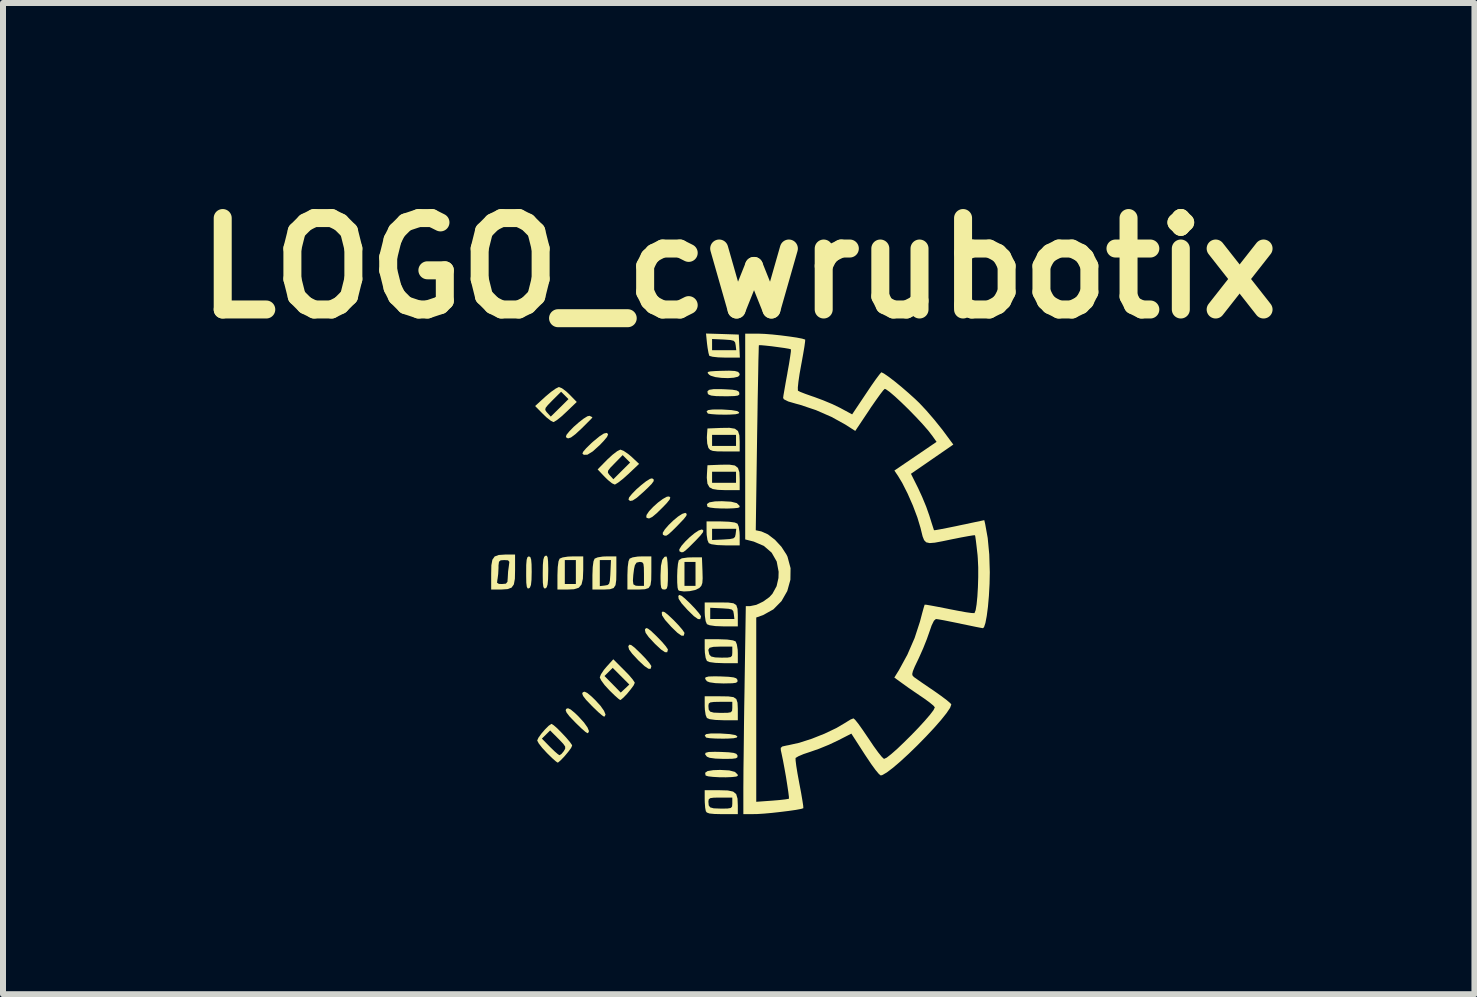
<source format=kicad_pcb>
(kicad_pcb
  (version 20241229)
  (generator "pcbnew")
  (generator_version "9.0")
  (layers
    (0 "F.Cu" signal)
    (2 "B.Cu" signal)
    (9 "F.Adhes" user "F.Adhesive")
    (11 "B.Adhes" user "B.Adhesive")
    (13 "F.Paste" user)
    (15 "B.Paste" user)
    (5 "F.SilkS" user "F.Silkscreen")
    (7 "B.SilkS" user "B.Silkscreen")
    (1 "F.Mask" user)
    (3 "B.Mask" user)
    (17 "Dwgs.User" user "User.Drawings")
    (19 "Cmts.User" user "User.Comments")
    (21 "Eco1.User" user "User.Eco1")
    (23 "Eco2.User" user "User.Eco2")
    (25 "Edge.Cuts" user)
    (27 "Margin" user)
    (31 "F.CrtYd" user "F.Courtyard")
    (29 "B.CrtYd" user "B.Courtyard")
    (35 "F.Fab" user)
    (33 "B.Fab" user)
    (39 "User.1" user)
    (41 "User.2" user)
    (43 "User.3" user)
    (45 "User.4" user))
  (footprint "LOGO_cwrubotix"
    (layer "F.Cu")
    (at 9.276 6.498)
    (property "Reference" "LOGO_cwrubotix" (at -0.015 -5.08 0) (layer "F.SilkS") (effects (font (size 1.524 1.524) (thickness 0.3))))
    (attr board_only exclude_from_pos_files exclude_from_bom)
    (fp_poly (pts (xy -2.207 -2.33) (xy -2.193 -2.307) (xy -2.211 -2.266) (xy -2.266 -2.2) (xy -2.33 -2.133) (xy -2.448 -2.026) (xy -2.537 -1.971) (xy -2.598 -1.969) (xy -2.621 -1.991) (xy -2.607 -2.022) (xy -2.556 -2.081) (xy -2.477 -2.158) (xy -2.444 -2.188) (xy -2.336 -2.277) (xy -2.263 -2.324) (xy -2.216 -2.334)) (stroke (width 0) (type solid)) (fill yes) (layer "F.SilkS"))
    (fp_poly (pts (xy -1.433 -1.559) (xy -1.433 -1.531) (xy -1.467 -1.484) (xy -1.539 -1.411) (xy -1.614 -1.341) (xy -1.714 -1.253) (xy -1.783 -1.208) (xy -1.827 -1.2) (xy -1.853 -1.223) (xy -1.843 -1.259) (xy -1.795 -1.318) (xy -1.724 -1.391) (xy -1.641 -1.464) (xy -1.561 -1.527) (xy -1.495 -1.568) (xy -1.46 -1.577)) (stroke (width 0) (type solid)) (fill yes) (layer "F.SilkS"))
    (fp_poly (pts (xy -1.247 0.655) (xy -1.187 0.704) (xy -1.1 0.786) (xy -1.017 0.873) (xy -0.954 0.947) (xy -0.922 0.994) (xy -0.92 1.002) (xy -0.933 1.046) (xy -0.971 1.044) (xy -1.04 0.995) (xy -1.14 0.898) (xy -1.146 0.891) (xy -1.243 0.783) (xy -1.293 0.707) (xy -1.299 0.659) (xy -1.282 0.642)) (stroke (width 0) (type solid)) (fill yes) (layer "F.SilkS"))
    (fp_poly (pts (xy -1.156 -1.257) (xy -1.167 -1.224) (xy -1.214 -1.165) (xy -1.275 -1.101) (xy -1.382 -0.996) (xy -1.458 -0.933) (xy -1.51 -0.908) (xy -1.546 -0.917) (xy -1.557 -0.929) (xy -1.552 -0.967) (xy -1.51 -1.029) (xy -1.441 -1.102) (xy -1.361 -1.174) (xy -1.28 -1.234) (xy -1.213 -1.271) (xy -1.176 -1.275)) (stroke (width 0) (type solid)) (fill yes) (layer "F.SilkS"))
    (fp_poly (pts (xy -0.971 0.379) (xy -0.911 0.427) (xy -0.824 0.51) (xy -0.741 0.597) (xy -0.678 0.671) (xy -0.646 0.718) (xy -0.644 0.726) (xy -0.657 0.77) (xy -0.695 0.768) (xy -0.764 0.719) (xy -0.864 0.621) (xy -0.87 0.615) (xy -0.967 0.507) (xy -1.017 0.431) (xy -1.023 0.383) (xy -1.006 0.366)) (stroke (width 0) (type solid)) (fill yes) (layer "F.SilkS"))
    (fp_poly (pts (xy -0.317 2.675) (xy -0.164 2.685) (xy -0.072 2.701) (xy -0.038 2.723) (xy -0.048 2.742) (xy -0.1 2.754) (xy -0.2 2.76) (xy -0.284 2.761) (xy -0.404 2.759) (xy -0.5 2.753) (xy -0.555 2.744) (xy -0.562 2.74) (xy -0.582 2.707) (xy -0.558 2.685) (xy -0.484 2.675) (xy -0.355 2.674)) (stroke (width 0) (type solid)) (fill yes) (layer "F.SilkS"))
    (fp_poly (pts (xy -0.286 -2.724) (xy -0.134 -2.714) (xy -0.041 -2.698) (xy -0.008 -2.677) (xy -0.018 -2.657) (xy -0.069 -2.645) (xy -0.169 -2.639) (xy -0.253 -2.638) (xy -0.374 -2.64) (xy -0.469 -2.647) (xy -0.525 -2.655) (xy -0.532 -2.659) (xy -0.552 -2.692) (xy -0.527 -2.714) (xy -0.453 -2.724) (xy -0.325 -2.725)) (stroke (width 0) (type solid)) (fill yes) (layer "F.SilkS"))
    (fp_poly (pts (xy -0.175 3.29) (xy -0.079 3.315) (xy -0.035 3.357) (xy -0.031 3.381) (xy -0.058 3.393) (xy -0.131 3.401) (xy -0.23 3.405) (xy -0.34 3.404) (xy -0.444 3.398) (xy -0.525 3.389) (xy -0.566 3.376) (xy -0.568 3.374) (xy -0.576 3.33) (xy -0.535 3.301) (xy -0.441 3.286) (xy -0.326 3.282)) (stroke (width 0) (type solid)) (fill yes) (layer "F.SilkS"))
    (fp_poly (pts (xy -0.144 -1.188) (xy -0.048 -1.164) (xy -0.004 -1.121) (xy 0 -1.098) (xy -0.028 -1.085) (xy -0.1 -1.078) (xy -0.199 -1.074) (xy -0.31 -1.075) (xy -0.414 -1.08) (xy -0.494 -1.09) (xy -0.536 -1.103) (xy -0.537 -1.104) (xy -0.546 -1.148) (xy -0.505 -1.177) (xy -0.411 -1.193) (xy -0.296 -1.196)) (stroke (width 0) (type solid)) (fill yes) (layer "F.SilkS"))
    (fp_poly (pts (xy -2.816 2.275) (xy -2.746 2.333) (xy -2.684 2.393) (xy -2.595 2.491) (xy -2.536 2.574) (xy -2.511 2.636) (xy -2.526 2.667) (xy -2.539 2.669) (xy -2.571 2.648) (xy -2.633 2.594) (xy -2.714 2.516) (xy -2.745 2.485) (xy -2.836 2.39) (xy -2.885 2.326) (xy -2.9 2.286) (xy -2.89 2.264) (xy -2.861 2.254)) (stroke (width 0) (type solid)) (fill yes) (layer "F.SilkS"))
    (fp_poly (pts (xy -2.54 1.999) (xy -2.47 2.057) (xy -2.408 2.117) (xy -2.319 2.214) (xy -2.26 2.298) (xy -2.235 2.36) (xy -2.25 2.391) (xy -2.263 2.393) (xy -2.294 2.372) (xy -2.357 2.318) (xy -2.438 2.24) (xy -2.469 2.209) (xy -2.56 2.114) (xy -2.609 2.05) (xy -2.624 2.01) (xy -2.614 1.988) (xy -2.585 1.978)) (stroke (width 0) (type solid)) (fill yes) (layer "F.SilkS"))
    (fp_poly (pts (xy -0.081 -3.366) (xy -0.026 -3.351) (xy -0.003 -3.323) (xy 0 -3.299) (xy -0.027 -3.271) (xy -0.098 -3.254) (xy -0.196 -3.247) (xy -0.304 -3.251) (xy -0.405 -3.264) (xy -0.482 -3.287) (xy -0.51 -3.305) (xy -0.533 -3.332) (xy -0.53 -3.349) (xy -0.491 -3.359) (xy -0.406 -3.365) (xy -0.323 -3.368) (xy -0.176 -3.371)) (stroke (width 0) (type solid)) (fill yes) (layer "F.SilkS"))
    (fp_poly (pts (xy -3.489 -0.265) (xy -3.475 -0.224) (xy -3.468 -0.143) (xy -3.466 -0.019) (xy -3.469 0.115) (xy -3.478 0.199) (xy -3.495 0.243) (xy -3.512 0.257) (xy -3.535 0.256) (xy -3.548 0.228) (xy -3.556 0.162) (xy -3.558 0.049) (xy -3.558 -0.001) (xy -3.557 -0.135) (xy -3.55 -0.219) (xy -3.537 -0.262) (xy -3.516 -0.276) (xy -3.512 -0.276)) (stroke (width 0) (type solid)) (fill yes) (layer "F.SilkS"))
    (fp_poly (pts (xy -3.214 -0.287) (xy -3.2 -0.259) (xy -3.193 -0.193) (xy -3.19 -0.078) (xy -3.19 -0.033) (xy -3.193 0.105) (xy -3.201 0.192) (xy -3.216 0.239) (xy -3.236 0.257) (xy -3.259 0.256) (xy -3.272 0.228) (xy -3.28 0.162) (xy -3.282 0.048) (xy -3.282 0.002) (xy -3.28 -0.135) (xy -3.272 -0.222) (xy -3.257 -0.27) (xy -3.236 -0.287)) (stroke (width 0) (type solid)) (fill yes) (layer "F.SilkS"))
    (fp_poly (pts (xy -2.461 -2.599) (xy -2.454 -2.592) (xy -2.474 -2.568) (xy -2.529 -2.513) (xy -2.606 -2.436) (xy -2.63 -2.412) (xy -2.737 -2.313) (xy -2.811 -2.258) (xy -2.861 -2.242) (xy -2.893 -2.261) (xy -2.896 -2.266) (xy -2.886 -2.302) (xy -2.838 -2.361) (xy -2.767 -2.434) (xy -2.684 -2.507) (xy -2.604 -2.57) (xy -2.538 -2.611) (xy -2.502 -2.619)) (stroke (width 0) (type solid)) (fill yes) (layer "F.SilkS"))
    (fp_poly (pts (xy -1.806 1.202) (xy -1.752 1.243) (xy -1.668 1.324) (xy -1.652 1.339) (xy -1.569 1.425) (xy -1.506 1.499) (xy -1.474 1.547) (xy -1.472 1.554) (xy -1.484 1.597) (xy -1.521 1.596) (xy -1.587 1.551) (xy -1.687 1.458) (xy -1.698 1.446) (xy -1.792 1.345) (xy -1.843 1.275) (xy -1.856 1.226) (xy -1.853 1.215) (xy -1.836 1.194)) (stroke (width 0) (type solid)) (fill yes) (layer "F.SilkS"))
    (fp_poly (pts (xy -1.529 0.926) (xy -1.476 0.967) (xy -1.391 1.048) (xy -1.376 1.063) (xy -1.293 1.149) (xy -1.23 1.223) (xy -1.198 1.271) (xy -1.196 1.278) (xy -1.208 1.321) (xy -1.245 1.32) (xy -1.311 1.275) (xy -1.411 1.182) (xy -1.422 1.17) (xy -1.516 1.069) (xy -1.567 0.998) (xy -1.579 0.95) (xy -1.577 0.939) (xy -1.56 0.918)) (stroke (width 0) (type solid)) (fill yes) (layer "F.SilkS"))
    (fp_poly (pts (xy -1.21 -0.248) (xy -1.202 -0.172) (xy -1.197 -0.062) (xy -1.196 0) (xy -1.197 0.131) (xy -1.202 0.213) (xy -1.213 0.256) (xy -1.234 0.273) (xy -1.258 0.276) (xy -1.289 0.271) (xy -1.307 0.247) (xy -1.316 0.191) (xy -1.319 0.092) (xy -1.319 0.037) (xy -1.312 -0.118) (xy -1.291 -0.218) (xy -1.254 -0.268) (xy -1.221 -0.276)) (stroke (width 0) (type solid)) (fill yes) (layer "F.SilkS"))
    (fp_poly (pts (xy -0.315 1.724) (xy -0.183 1.73) (xy -0.101 1.74) (xy -0.057 1.755) (xy -0.038 1.78) (xy -0.036 1.787) (xy -0.038 1.814) (xy -0.063 1.83) (xy -0.123 1.838) (xy -0.229 1.84) (xy -0.268 1.841) (xy -0.404 1.836) (xy -0.501 1.822) (xy -0.546 1.804) (xy -0.576 1.764) (xy -0.569 1.739) (xy -0.517 1.725) (xy -0.414 1.722)) (stroke (width 0) (type solid)) (fill yes) (layer "F.SilkS"))
    (fp_poly (pts (xy -0.315 2.982) (xy -0.183 2.988) (xy -0.101 2.998) (xy -0.057 3.013) (xy -0.038 3.037) (xy -0.036 3.045) (xy -0.038 3.072) (xy -0.063 3.088) (xy -0.123 3.096) (xy -0.229 3.098) (xy -0.268 3.098) (xy -0.404 3.093) (xy -0.501 3.08) (xy -0.546 3.061) (xy -0.576 3.022) (xy -0.569 2.997) (xy -0.517 2.983) (xy -0.414 2.98)) (stroke (width 0) (type solid)) (fill yes) (layer "F.SilkS"))
    (fp_poly (pts (xy -0.243 -3.061) (xy -0.123 -3.054) (xy -0.051 -3.042) (xy -0.016 -3.022) (xy -0.006 -2.999) (xy -0.007 -2.972) (xy -0.031 -2.956) (xy -0.088 -2.948) (xy -0.19 -2.945) (xy -0.255 -2.945) (xy -0.389 -2.947) (xy -0.472 -2.956) (xy -0.517 -2.972) (xy -0.533 -2.992) (xy -0.537 -3.029) (xy -0.508 -3.052) (xy -0.438 -3.063) (xy -0.319 -3.064)) (stroke (width 0) (type solid)) (fill yes) (layer "F.SilkS"))
    (fp_poly (pts (xy -0.902 -1) (xy -0.882 -0.983) (xy -0.889 -0.953) (xy -0.931 -0.899) (xy -1.011 -0.815) (xy -1.029 -0.796) (xy -1.121 -0.704) (xy -1.181 -0.649) (xy -1.219 -0.623) (xy -1.247 -0.621) (xy -1.275 -0.635) (xy -1.28 -0.638) (xy -1.282 -0.67) (xy -1.246 -0.728) (xy -1.184 -0.799) (xy -1.108 -0.873) (xy -1.029 -0.939) (xy -0.958 -0.985) (xy -0.908 -1.001)) (stroke (width 0) (type solid)) (fill yes) (layer "F.SilkS"))
    (fp_poly (pts (xy -0.626 -0.724) (xy -0.605 -0.707) (xy -0.613 -0.677) (xy -0.655 -0.623) (xy -0.735 -0.538) (xy -0.753 -0.52) (xy -0.845 -0.428) (xy -0.905 -0.373) (xy -0.943 -0.347) (xy -0.971 -0.345) (xy -0.999 -0.359) (xy -1.004 -0.362) (xy -1.006 -0.394) (xy -0.97 -0.452) (xy -0.908 -0.523) (xy -0.832 -0.597) (xy -0.752 -0.663) (xy -0.682 -0.709) (xy -0.632 -0.725)) (stroke (width 0) (type solid)) (fill yes) (layer "F.SilkS"))
    (fp_poly (pts (xy -2.607 -0.048) (xy -2.613 0.097) (xy -2.635 0.191) (xy -2.681 0.246) (xy -2.761 0.271) (xy -2.87 0.276) (xy -3.037 0.276) (xy -3.037 0.184) (xy -2.914 0.184) (xy -2.73 0.184) (xy -2.73 -0.215) (xy -2.914 -0.215) (xy -2.914 0.184) (xy -3.037 0.184) (xy -3.037 0.037) (xy -3.032 -0.098) (xy -3.019 -0.195) (xy -3 -0.239) (xy -2.951 -0.259) (xy -2.863 -0.273) (xy -2.785 -0.276) (xy -2.607 -0.276)) (stroke (width 0) (type solid)) (fill yes) (layer "F.SilkS"))
    (fp_poly (pts (xy -0.08 -1.791) (xy -0.029 -1.751) (xy -0.005 -1.679) (xy -0.000004 -1.566) (xy 0 -1.561) (xy 0 -1.38) (xy -0.228 -1.38) (xy -0.363 -1.385) (xy -0.45 -1.399) (xy -0.502 -1.427) (xy -0.505 -1.43) (xy -0.538 -1.489) (xy -0.539 -1.503) (xy -0.46 -1.503) (xy -0.061 -1.503) (xy -0.061 -1.687) (xy -0.46 -1.687) (xy -0.46 -1.503) (xy -0.539 -1.503) (xy -0.548 -1.586) (xy -0.546 -1.637) (xy -0.537 -1.795) (xy -0.312 -1.804) (xy -0.171 -1.805)) (stroke (width 0) (type solid)) (fill yes) (layer "F.SilkS"))
    (fp_poly (pts (xy -0.08 -2.404) (xy -0.028 -2.365) (xy -0.005 -2.294) (xy 0 -2.19) (xy 0 -2.025) (xy -0.244 -2.025) (xy -0.369 -2.026) (xy -0.447 -2.034) (xy -0.492 -2.051) (xy -0.518 -2.08) (xy -0.522 -2.087) (xy -0.53 -2.117) (xy -0.46 -2.117) (xy -0.061 -2.117) (xy -0.061 -2.301) (xy -0.46 -2.301) (xy -0.46 -2.117) (xy -0.53 -2.117) (xy -0.541 -2.157) (xy -0.547 -2.253) (xy -0.546 -2.279) (xy -0.537 -2.408) (xy -0.312 -2.417) (xy -0.171 -2.419)) (stroke (width 0) (type solid)) (fill yes) (layer "F.SilkS"))
    (fp_poly (pts (xy -0.288 -3.982) (xy -0.015 -3.973) (xy -0.006 -3.781) (xy 0.003 -3.589) (xy -0.242 -3.589) (xy -0.359 -3.593) (xy -0.451 -3.603) (xy -0.502 -3.617) (xy -0.507 -3.621) (xy -0.52 -3.667) (xy -0.535 -3.752) (xy -0.544 -3.821) (xy -0.552 -3.899) (xy -0.46 -3.899) (xy -0.46 -3.712) (xy -0.057 -3.712) (xy -0.067 -3.796) (xy -0.076 -3.842) (xy -0.1 -3.869) (xy -0.153 -3.882) (xy -0.25 -3.889) (xy -0.268 -3.89) (xy -0.46 -3.899) (xy -0.552 -3.899) (xy -0.561 -3.99)) (stroke (width 0) (type solid)) (fill yes) (layer "F.SilkS"))
    (fp_poly (pts (xy -2.055 -0.019) (xy -2.057 0.117) (xy -2.069 0.203) (xy -2.101 0.251) (xy -2.162 0.271) (xy -2.262 0.276) (xy -2.303 0.276) (xy -2.454 0.276) (xy -2.454 0.219) (xy -2.331 0.219) (xy -2.247 0.209) (xy -2.202 0.201) (xy -2.176 0.179) (xy -2.163 0.129) (xy -2.156 0.037) (xy -2.154 -0.008) (xy -2.145 -0.215) (xy -2.331 -0.215) (xy -2.331 0.219) (xy -2.454 0.219) (xy -2.454 0.037) (xy -2.449 -0.098) (xy -2.436 -0.195) (xy -2.417 -0.239) (xy -2.367 -0.26) (xy -2.28 -0.274) (xy -2.218 -0.276) (xy -2.055 -0.276)) (stroke (width 0) (type solid)) (fill yes) (layer "F.SilkS"))
    (fp_poly (pts (xy -0.189 0.493) (xy -0.103 0.505) (xy -0.056 0.536) (xy -0.036 0.597) (xy -0.031 0.697) (xy -0.031 0.739) (xy -0.031 0.89) (xy -0.27 0.89) (xy -0.405 0.885) (xy -0.501 0.871) (xy -0.546 0.853) (xy -0.567 0.803) (xy -0.58 0.715) (xy -0.583 0.653) (xy -0.583 0.58) (xy -0.491 0.58) (xy -0.491 0.767) (xy -0.088 0.767) (xy -0.098 0.683) (xy -0.107 0.636) (xy -0.13 0.61) (xy -0.183 0.597) (xy -0.281 0.59) (xy -0.299 0.589) (xy -0.491 0.58) (xy -0.583 0.58) (xy -0.583 0.491) (xy -0.325 0.491)) (stroke (width 0) (type solid)) (fill yes) (layer "F.SilkS"))
    (fp_poly (pts (xy -0.178 -0.854) (xy -0.082 -0.841) (xy -0.037 -0.822) (xy -0.016 -0.772) (xy -0.003 -0.684) (xy 0 -0.623) (xy 0 -0.46) (xy -0.239 -0.46) (xy -0.374 -0.465) (xy -0.471 -0.479) (xy -0.515 -0.497) (xy -0.536 -0.547) (xy -0.537 -0.549) (xy -0.46 -0.549) (xy -0.268 -0.558) (xy -0.164 -0.565) (xy -0.105 -0.577) (xy -0.078 -0.601) (xy -0.068 -0.644) (xy -0.067 -0.652) (xy -0.057 -0.736) (xy -0.46 -0.736) (xy -0.46 -0.549) (xy -0.537 -0.549) (xy -0.55 -0.635) (xy -0.552 -0.696) (xy -0.552 -0.859) (xy -0.313 -0.859)) (stroke (width 0) (type solid)) (fill yes) (layer "F.SilkS"))
    (fp_poly (pts (xy -0.62 -0.031) (xy -0.617 0.09) (xy -0.622 0.166) (xy -0.639 0.214) (xy -0.671 0.249) (xy -0.677 0.253) (xy -0.742 0.284) (xy -0.834 0.303) (xy -0.929 0.308) (xy -1.002 0.298) (xy -1.023 0.286) (xy -1.035 0.244) (xy -1.037 0.215) (xy -0.92 0.215) (xy -0.736 0.215) (xy -0.736 -0.184) (xy -0.92 -0.184) (xy -0.92 0.215) (xy -1.037 0.215) (xy -1.041 0.16) (xy -1.042 0.053) (xy -1.038 -0.057) (xy -1.029 -0.151) (xy -1.016 -0.209) (xy -1.013 -0.214) (xy -0.965 -0.244) (xy -0.866 -0.258) (xy -0.807 -0.26) (xy -0.629 -0.261)) (stroke (width 0) (type solid)) (fill yes) (layer "F.SilkS"))
    (fp_poly (pts (xy -1.934 -2.035) (xy -1.859 -1.984) (xy -1.803 -1.937) (xy -1.676 -1.818) (xy -1.858 -1.646) (xy -1.948 -1.566) (xy -2.025 -1.506) (xy -2.076 -1.475) (xy -2.083 -1.474) (xy -2.127 -1.494) (xy -2.193 -1.547) (xy -2.247 -1.599) (xy -2.315 -1.671) (xy -2.196 -1.671) (xy -2.173 -1.637) (xy -2.162 -1.625) (xy -2.105 -1.562) (xy -1.966 -1.701) (xy -1.826 -1.84) (xy -1.95 -1.964) (xy -2.085 -1.826) (xy -2.158 -1.751) (xy -2.193 -1.704) (xy -2.196 -1.671) (xy -2.315 -1.671) (xy -2.367 -1.726) (xy -2.205 -1.891) (xy -2.119 -1.97) (xy -2.042 -2.029) (xy -1.99 -2.055) (xy -1.986 -2.055)) (stroke (width 0) (type solid)) (fill yes) (layer "F.SilkS"))
    (fp_poly (pts (xy -2.961 -3.078) (xy -2.889 -3.024) (xy -2.836 -2.974) (xy -2.715 -2.85) (xy -2.889 -2.683) (xy -2.976 -2.603) (xy -3.051 -2.544) (xy -3.099 -2.516) (xy -3.105 -2.515) (xy -3.147 -2.536) (xy -3.215 -2.589) (xy -3.278 -2.649) (xy -3.345 -2.717) (xy -3.24 -2.717) (xy -3.22 -2.685) (xy -3.206 -2.669) (xy -3.148 -2.606) (xy -3 -2.751) (xy -2.853 -2.897) (xy -2.914 -2.959) (xy -2.976 -3.02) (xy -3.12 -2.877) (xy -3.196 -2.799) (xy -3.234 -2.751) (xy -3.24 -2.717) (xy -3.345 -2.717) (xy -3.409 -2.782) (xy -3.236 -2.94) (xy -3.146 -3.016) (xy -3.067 -3.072) (xy -3.015 -3.098) (xy -3.01 -3.098)) (stroke (width 0) (type solid)) (fill yes) (layer "F.SilkS"))
    (fp_poly (pts (xy -1.928 1.616) (xy -1.844 1.702) (xy -1.782 1.776) (xy -1.75 1.824) (xy -1.749 1.832) (xy -1.767 1.873) (xy -1.815 1.938) (xy -1.875 2.012) (xy -1.935 2.075) (xy -1.98 2.113) (xy -1.991 2.117) (xy -2.021 2.096) (xy -2.081 2.043) (xy -2.159 1.967) (xy -2.171 1.955) (xy -2.25 1.869) (xy -2.306 1.793) (xy -2.331 1.743) (xy -2.331 1.74) (xy -2.323 1.717) (xy -2.253 1.717) (xy -2.117 1.855) (xy -1.982 1.993) (xy -1.91 1.926) (xy -1.839 1.859) (xy -2.116 1.581) (xy -2.253 1.717) (xy -2.323 1.717) (xy -2.312 1.689) (xy -2.262 1.614) (xy -2.219 1.563) (xy -2.106 1.438)) (stroke (width 0) (type solid)) (fill yes) (layer "F.SilkS"))
    (fp_poly (pts (xy -0.209 1.109) (xy -0.112 1.123) (xy -0.067 1.141) (xy -0.047 1.191) (xy -0.033 1.279) (xy -0.031 1.341) (xy -0.031 1.503) (xy -0.27 1.503) (xy -0.405 1.498) (xy -0.501 1.485) (xy -0.546 1.466) (xy -0.567 1.416) (xy -0.58 1.329) (xy -0.582 1.282) (xy -0.523 1.282) (xy -0.51 1.342) (xy -0.503 1.363) (xy -0.474 1.392) (xy -0.409 1.407) (xy -0.303 1.411) (xy -0.203 1.41) (xy -0.149 1.401) (xy -0.127 1.377) (xy -0.123 1.331) (xy -0.123 1.319) (xy -0.123 1.227) (xy -0.322 1.227) (xy -0.438 1.231) (xy -0.502 1.247) (xy -0.523 1.282) (xy -0.582 1.282) (xy -0.583 1.267) (xy -0.583 1.104) (xy -0.344 1.104)) (stroke (width 0) (type solid)) (fill yes) (layer "F.SilkS"))
    (fp_poly (pts (xy -1.472 -0.019) (xy -1.474 0.117) (xy -1.486 0.203) (xy -1.518 0.251) (xy -1.579 0.271) (xy -1.679 0.276) (xy -1.72 0.276) (xy -1.871 0.276) (xy -1.871 0.13) (xy -1.779 0.13) (xy -1.771 0.19) (xy -1.732 0.212) (xy -1.687 0.215) (xy -1.595 0.215) (xy -1.595 0.015) (xy -1.597 -0.092) (xy -1.604 -0.152) (xy -1.624 -0.178) (xy -1.659 -0.184) (xy -1.668 -0.184) (xy -1.718 -0.173) (xy -1.746 -0.13) (xy -1.76 -0.069) (xy -1.773 0.033) (xy -1.779 0.125) (xy -1.779 0.13) (xy -1.871 0.13) (xy -1.871 0.037) (xy -1.866 -0.098) (xy -1.853 -0.195) (xy -1.834 -0.239) (xy -1.784 -0.26) (xy -1.697 -0.274) (xy -1.635 -0.276) (xy -1.472 -0.276)) (stroke (width 0) (type solid)) (fill yes) (layer "F.SilkS"))
    (fp_poly (pts (xy -0.189 2.057) (xy -0.103 2.069) (xy -0.056 2.101) (xy -0.036 2.162) (xy -0.031 2.262) (xy -0.031 2.303) (xy -0.031 2.454) (xy -0.27 2.454) (xy -0.405 2.449) (xy -0.501 2.436) (xy -0.546 2.417) (xy -0.567 2.367) (xy -0.58 2.28) (xy -0.583 2.219) (xy -0.521 2.219) (xy -0.516 2.277) (xy -0.491 2.311) (xy -0.433 2.327) (xy -0.329 2.331) (xy -0.302 2.331) (xy -0.202 2.33) (xy -0.148 2.321) (xy -0.127 2.297) (xy -0.123 2.25) (xy -0.123 2.239) (xy -0.123 2.147) (xy -0.322 2.147) (xy -0.429 2.149) (xy -0.489 2.157) (xy -0.515 2.176) (xy -0.521 2.211) (xy -0.521 2.219) (xy -0.583 2.219) (xy -0.583 2.218) (xy -0.583 2.055) (xy -0.325 2.055)) (stroke (width 0) (type solid)) (fill yes) (layer "F.SilkS"))
    (fp_poly (pts (xy -3.743 -0.047) (xy -3.746 0.097) (xy -3.763 0.19) (xy -3.801 0.244) (xy -3.869 0.269) (xy -3.976 0.276) (xy -4.001 0.276) (xy -4.141 0.276) (xy -4.141 0.163) (xy -4.043 0.163) (xy -4.013 0.182) (xy -3.961 0.184) (xy -3.896 0.178) (xy -3.87 0.147) (xy -3.865 0.081) (xy -3.859 -0.026) (xy -3.846 -0.119) (xy -3.838 -0.185) (xy -3.86 -0.211) (xy -3.923 -0.215) (xy -3.983 -0.211) (xy -4.011 -0.187) (xy -4.019 -0.126) (xy -4.019 -0.084) (xy -4.024 0.016) (xy -4.035 0.101) (xy -4.038 0.115) (xy -4.043 0.163) (xy -4.141 0.163) (xy -4.141 0.016) (xy -4.138 -0.128) (xy -4.121 -0.221) (xy -4.083 -0.275) (xy -4.015 -0.3) (xy -3.907 -0.307) (xy -3.883 -0.307) (xy -3.743 -0.307)) (stroke (width 0) (type solid)) (fill yes) (layer "F.SilkS"))
    (fp_poly (pts (xy -0.199 3.624) (xy -0.109 3.643) (xy -0.058 3.685) (xy -0.036 3.76) (xy -0.031 3.877) (xy -0.031 3.879) (xy -0.031 4.019) (xy -0.288 4.019) (xy -0.42 4.016) (xy -0.503 4.008) (xy -0.547 3.992) (xy -0.564 3.97) (xy -0.575 3.912) (xy -0.582 3.819) (xy -0.582 3.814) (xy -0.521 3.814) (xy -0.516 3.873) (xy -0.491 3.906) (xy -0.433 3.922) (xy -0.329 3.926) (xy -0.302 3.927) (xy -0.202 3.925) (xy -0.148 3.916) (xy -0.127 3.892) (xy -0.123 3.845) (xy -0.123 3.835) (xy -0.123 3.743) (xy -0.322 3.743) (xy -0.429 3.744) (xy -0.489 3.752) (xy -0.515 3.771) (xy -0.521 3.806) (xy -0.521 3.814) (xy -0.582 3.814) (xy -0.583 3.771) (xy -0.583 3.62) (xy -0.339 3.62)) (stroke (width 0) (type solid)) (fill yes) (layer "F.SilkS"))
    (fp_poly (pts (xy -3.1 2.537) (xy -3.038 2.591) (xy -2.964 2.666) (xy -2.89 2.745) (xy -2.829 2.817) (xy -2.795 2.866) (xy -2.792 2.877) (xy -2.81 2.917) (xy -2.858 2.982) (xy -2.919 3.055) (xy -2.979 3.118) (xy -3.023 3.156) (xy -3.034 3.16) (xy -3.064 3.139) (xy -3.124 3.086) (xy -3.202 3.01) (xy -3.214 2.998) (xy -3.292 2.913) (xy -3.349 2.84) (xy -3.373 2.794) (xy -3.374 2.791) (xy -3.36 2.76) (xy -3.296 2.76) (xy -3.16 2.899) (xy -3.086 2.971) (xy -3.028 3.021) (xy -3.002 3.037) (xy -2.969 3.015) (xy -2.931 2.969) (xy -2.908 2.929) (xy -2.908 2.893) (xy -2.939 2.848) (xy -3.006 2.777) (xy -3.021 2.762) (xy -3.159 2.624) (xy -3.227 2.692) (xy -3.296 2.76) (xy -3.36 2.76) (xy -3.354 2.746) (xy -3.306 2.679) (xy -3.244 2.607) (xy -3.184 2.547) (xy -3.14 2.516) (xy -3.135 2.515)) (stroke (width 0) (type solid)) (fill yes) (layer "F.SilkS"))
    (fp_poly (pts (xy 0.314 -3.988) (xy 0.416 -3.984) (xy 0.544 -3.974) (xy 0.685 -3.959) (xy 0.825 -3.941) (xy 0.948 -3.923) (xy 1.041 -3.905) (xy 1.089 -3.89) (xy 1.092 -3.888) (xy 1.09 -3.856) (xy 1.079 -3.774) (xy 1.059 -3.655) (xy 1.033 -3.51) (xy 1.025 -3.468) (xy 0.998 -3.317) (xy 0.979 -3.188) (xy 0.969 -3.092) (xy 0.97 -3.041) (xy 0.972 -3.037) (xy 1.011 -3.017) (xy 1.093 -2.985) (xy 1.203 -2.946) (xy 1.242 -2.933) (xy 1.39 -2.878) (xy 1.546 -2.813) (xy 1.676 -2.75) (xy 1.681 -2.747) (xy 1.874 -2.643) (xy 2.108 -2.993) (xy 2.194 -3.121) (xy 2.269 -3.228) (xy 2.326 -3.304) (xy 2.358 -3.342) (xy 2.362 -3.344) (xy 2.403 -3.324) (xy 2.479 -3.272) (xy 2.58 -3.195) (xy 2.694 -3.102) (xy 2.811 -3.001) (xy 2.922 -2.901) (xy 2.994 -2.832) (xy 3.113 -2.705) (xy 3.242 -2.555) (xy 3.358 -2.411) (xy 3.381 -2.382) (xy 3.56 -2.14) (xy 3.207 -1.896) (xy 2.854 -1.653) (xy 2.972 -1.417) (xy 3.04 -1.269) (xy 3.108 -1.105) (xy 3.16 -0.957) (xy 3.162 -0.951) (xy 3.196 -0.842) (xy 3.223 -0.758) (xy 3.237 -0.715) (xy 3.239 -0.712) (xy 3.268 -0.715) (xy 3.347 -0.729) (xy 3.465 -0.752) (xy 3.609 -0.781) (xy 3.659 -0.792) (xy 4.076 -0.88) (xy 4.091 -0.816) (xy 4.133 -0.583) (xy 4.159 -0.309) (xy 4.168 -0.012) (xy 4.164 0.181) (xy 4.153 0.382) (xy 4.137 0.564) (xy 4.117 0.717) (xy 4.095 0.833) (xy 4.072 0.903) (xy 4.054 0.92) (xy 4.018 0.914) (xy 3.934 0.898) (xy 3.815 0.873) (xy 3.674 0.844) (xy 3.673 0.843) (xy 3.529 0.814) (xy 3.405 0.789) (xy 3.314 0.773) (xy 3.27 0.767) (xy 3.237 0.796) (xy 3.198 0.876) (xy 3.164 0.974) (xy 3.119 1.102) (xy 3.058 1.255) (xy 2.991 1.406) (xy 2.976 1.438) (xy 2.918 1.559) (xy 2.886 1.637) (xy 2.875 1.685) (xy 2.883 1.714) (xy 2.906 1.736) (xy 2.953 1.769) (xy 3.037 1.828) (xy 3.147 1.903) (xy 3.244 1.969) (xy 3.357 2.049) (xy 3.449 2.118) (xy 3.509 2.169) (xy 3.527 2.191) (xy 3.506 2.248) (xy 3.445 2.338) (xy 3.353 2.453) (xy 3.237 2.585) (xy 3.104 2.727) (xy 2.962 2.872) (xy 2.819 3.011) (xy 2.681 3.138) (xy 2.556 3.245) (xy 2.452 3.324) (xy 2.376 3.368) (xy 2.35 3.374) (xy 2.32 3.35) (xy 2.264 3.283) (xy 2.191 3.183) (xy 2.108 3.059) (xy 2.086 3.026) (xy 1.861 2.677) (xy 1.634 2.793) (xy 1.487 2.862) (xy 1.321 2.93) (xy 1.175 2.981) (xy 1.064 3.018) (xy 0.979 3.054) (xy 0.934 3.081) (xy 0.931 3.085) (xy 0.932 3.126) (xy 0.943 3.215) (xy 0.963 3.339) (xy 0.99 3.486) (xy 0.995 3.513) (xy 1.023 3.66) (xy 1.044 3.784) (xy 1.058 3.874) (xy 1.061 3.918) (xy 1.06 3.92) (xy 1.022 3.932) (xy 0.936 3.948) (xy 0.818 3.965) (xy 0.681 3.982) (xy 0.538 3.998) (xy 0.405 4.01) (xy 0.294 4.017) (xy 0.253 4.018) (xy 0.061 4.019) (xy 0.061 3.579) (xy 0.062 3.45) (xy 0.063 3.269) (xy 0.066 3.046) (xy 0.069 2.79) (xy 0.072 2.511) (xy 0.076 2.218) (xy 0.081 1.921) (xy 0.082 1.846) (xy 0.102 0.552) (xy 0.175 0.552) (xy 0.277 0.531) (xy 0.392 0.476) (xy 0.495 0.402) (xy 0.546 0.346) (xy 0.615 0.22) (xy 0.646 0.084) (xy 0.649 -0.02) (xy 0.617 -0.191) (xy 0.533 -0.338) (xy 0.403 -0.451) (xy 0.235 -0.523) (xy 0.227 -0.525) (xy 0.092 -0.559) (xy 0.092 -0.712) (xy 0.268 -0.712) (xy 0.362 -0.692) (xy 0.471 -0.643) (xy 0.588 -0.553) (xy 0.696 -0.436) (xy 0.78 -0.306) (xy 0.797 -0.271) (xy 0.848 -0.08) (xy 0.845 0.114) (xy 0.793 0.301) (xy 0.697 0.469) (xy 0.562 0.606) (xy 0.392 0.701) (xy 0.373 0.708) (xy 0.276 0.742) (xy 0.276 3.813) (xy 0.541 3.794) (xy 0.662 3.784) (xy 0.758 3.773) (xy 0.813 3.764) (xy 0.821 3.76) (xy 0.82 3.727) (xy 0.81 3.647) (xy 0.793 3.534) (xy 0.772 3.4) (xy 0.747 3.259) (xy 0.722 3.125) (xy 0.698 3.01) (xy 0.686 2.956) (xy 0.684 2.915) (xy 0.711 2.891) (xy 0.783 2.875) (xy 0.811 2.87) (xy 0.992 2.83) (xy 1.2 2.763) (xy 1.414 2.678) (xy 1.613 2.583) (xy 1.774 2.488) (xy 1.784 2.481) (xy 1.85 2.441) (xy 1.896 2.423) (xy 1.897 2.423) (xy 1.925 2.448) (xy 1.978 2.514) (xy 2.049 2.614) (xy 2.132 2.736) (xy 2.149 2.761) (xy 2.233 2.886) (xy 2.309 2.991) (xy 2.368 3.064) (xy 2.403 3.097) (xy 2.406 3.098) (xy 2.451 3.077) (xy 2.527 3.017) (xy 2.626 2.93) (xy 2.74 2.821) (xy 2.86 2.702) (xy 2.978 2.58) (xy 3.084 2.464) (xy 3.171 2.363) (xy 3.23 2.285) (xy 3.252 2.239) (xy 3.252 2.239) (xy 3.228 2.21) (xy 3.165 2.158) (xy 3.076 2.093) (xy 3.06 2.082) (xy 2.939 2) (xy 2.814 1.914) (xy 2.722 1.848) (xy 2.577 1.743) (xy 2.656 1.615) (xy 2.794 1.362) (xy 2.915 1.084) (xy 3.004 0.811) (xy 3.008 0.796) (xy 3.039 0.678) (xy 3.064 0.587) (xy 3.08 0.535) (xy 3.083 0.528) (xy 3.114 0.53) (xy 3.194 0.544) (xy 3.312 0.566) (xy 3.455 0.594) (xy 3.493 0.602) (xy 3.643 0.631) (xy 3.77 0.654) (xy 3.862 0.667) (xy 3.91 0.669) (xy 3.913 0.668) (xy 3.932 0.62) (xy 3.948 0.523) (xy 3.961 0.39) (xy 3.97 0.235) (xy 3.975 0.069) (xy 3.975 -0.094) (xy 3.968 -0.242) (xy 3.964 -0.298) (xy 3.949 -0.431) (xy 3.936 -0.539) (xy 3.926 -0.609) (xy 3.921 -0.629) (xy 3.889 -0.627) (xy 3.809 -0.614) (xy 3.694 -0.593) (xy 3.558 -0.566) (xy 3.38 -0.529) (xy 3.252 -0.505) (xy 3.165 -0.498) (xy 3.108 -0.511) (xy 3.073 -0.547) (xy 3.048 -0.61) (xy 3.025 -0.703) (xy 3.014 -0.749) (xy 2.961 -0.925) (xy 2.886 -1.124) (xy 2.798 -1.324) (xy 2.708 -1.502) (xy 2.641 -1.613) (xy 2.578 -1.707) (xy 2.93 -1.946) (xy 3.281 -2.185) (xy 3.213 -2.281) (xy 3.142 -2.373) (xy 3.046 -2.483) (xy 2.934 -2.603) (xy 2.814 -2.726) (xy 2.696 -2.841) (xy 2.588 -2.941) (xy 2.499 -3.017) (xy 2.437 -3.061) (xy 2.417 -3.068) (xy 2.392 -3.043) (xy 2.341 -2.977) (xy 2.27 -2.878) (xy 2.185 -2.756) (xy 2.16 -2.717) (xy 1.926 -2.367) (xy 1.759 -2.474) (xy 1.531 -2.6) (xy 1.27 -2.714) (xy 1.004 -2.803) (xy 0.94 -2.82) (xy 0.809 -2.858) (xy 0.737 -2.894) (xy 0.724 -2.917) (xy 0.73 -2.963) (xy 0.746 -3.055) (xy 0.768 -3.182) (xy 0.795 -3.329) (xy 0.796 -3.338) (xy 0.822 -3.482) (xy 0.841 -3.603) (xy 0.853 -3.688) (xy 0.854 -3.726) (xy 0.854 -3.727) (xy 0.821 -3.736) (xy 0.745 -3.749) (xy 0.643 -3.763) (xy 0.532 -3.778) (xy 0.43 -3.789) (xy 0.353 -3.796) (xy 0.32 -3.796) (xy 0.32 -3.796) (xy 0.318 -3.765) (xy 0.316 -3.678) (xy 0.312 -3.542) (xy 0.309 -3.361) (xy 0.305 -3.143) (xy 0.3 -2.893) (xy 0.296 -2.616) (xy 0.291 -2.319) (xy 0.29 -2.25) (xy 0.268 -0.712) (xy 0.092 -0.712) (xy 0.092 -3.988)) (stroke (width 0) (type solid)) (fill yes) (layer "F.SilkS")))
  (gr_rect
    (start -3 -3)
    (end 21.52 13.517)
    (stroke (width 0.1) (type default))
    (fill no)
    (layer "Edge.Cuts")))
</source>
